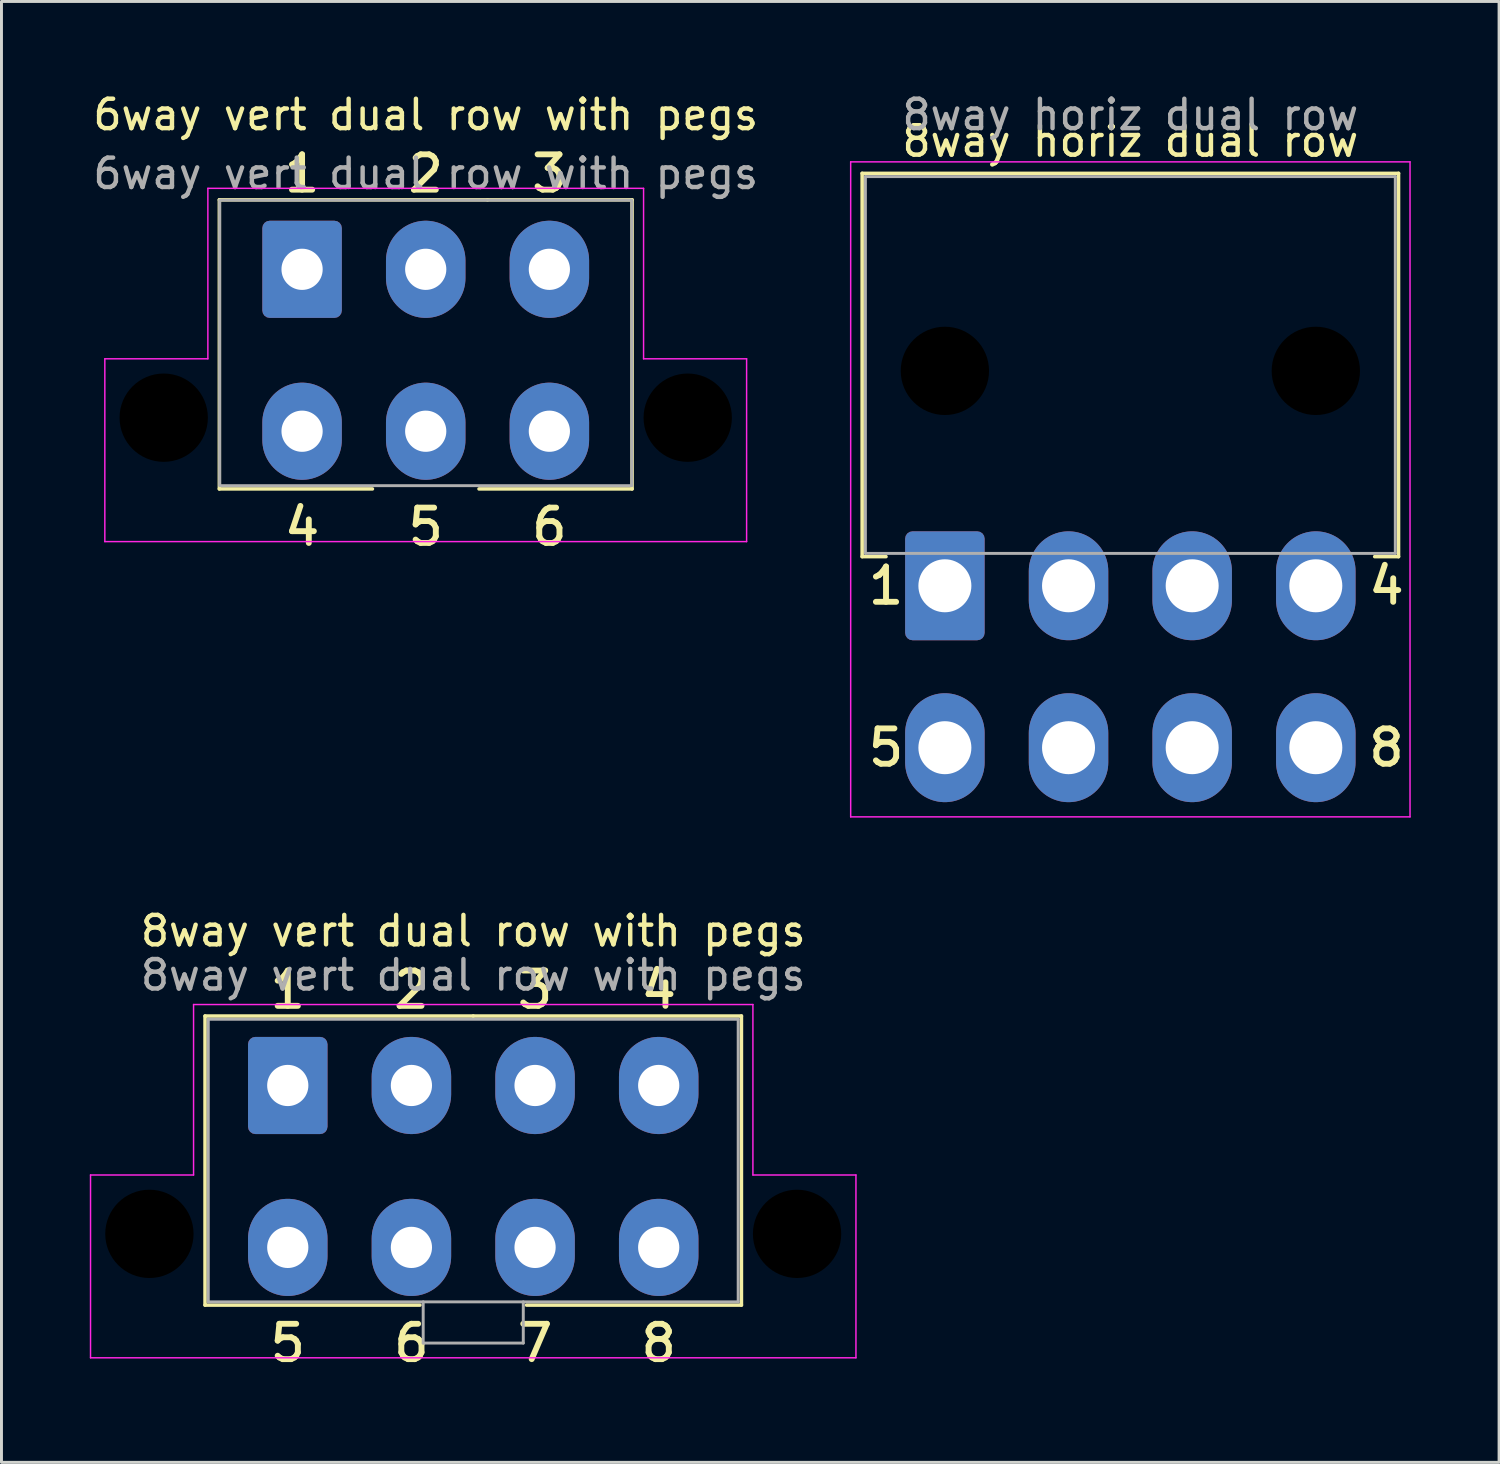
<source format=kicad_pcb>
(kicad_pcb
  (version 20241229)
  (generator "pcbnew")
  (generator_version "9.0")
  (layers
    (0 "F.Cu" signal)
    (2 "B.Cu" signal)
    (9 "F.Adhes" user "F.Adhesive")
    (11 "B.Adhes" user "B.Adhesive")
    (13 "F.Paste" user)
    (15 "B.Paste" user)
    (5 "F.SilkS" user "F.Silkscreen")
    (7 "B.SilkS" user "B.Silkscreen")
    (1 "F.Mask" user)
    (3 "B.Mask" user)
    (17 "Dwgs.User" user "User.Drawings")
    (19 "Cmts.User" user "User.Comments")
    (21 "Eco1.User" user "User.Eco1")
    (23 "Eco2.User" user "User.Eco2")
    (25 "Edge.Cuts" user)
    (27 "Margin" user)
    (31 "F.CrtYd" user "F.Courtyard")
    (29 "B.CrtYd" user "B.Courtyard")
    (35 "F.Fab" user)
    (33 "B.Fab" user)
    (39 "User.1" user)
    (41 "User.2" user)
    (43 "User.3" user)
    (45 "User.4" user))
  (footprint "6way vert dual row with pegs"
    (layer "F.Cu")
    (at 11.411 8.848)
    (property "Reference" "6way vert dual row with pegs" (at 0 -8 0) (layer "F.SilkS") (effects (font (size 1 1) (thickness 0.15))))
    (attr through_hole)
    (fp_line (start -7.01 -5.11) (end -7.01 4.71) (stroke (width 0.12) (type solid)) (layer "F.SilkS"))
    (fp_line (start -7.01 4.71) (end -1.81 4.71) (stroke (width 0.12) (type solid)) (layer "F.SilkS"))
    (fp_line (start 2.1 -5.11) (end -7.01 -5.11) (stroke (width 0.12) (type solid)) (layer "F.SilkS"))
    (fp_line (start 2.1 -5.11) (end 7.01 -5.11) (stroke (width 0.12) (type solid)) (layer "F.SilkS"))
    (fp_line (start 7.01 -5.11) (end 7.01 4.71) (stroke (width 0.12) (type solid)) (layer "F.SilkS"))
    (fp_line (start 7.01 4.71) (end 1.81 4.71) (stroke (width 0.12) (type solid)) (layer "F.SilkS"))
    (fp_line (start -10.9 0.29) (end -10.9 6.5) (stroke (width 0.05) (type solid)) (layer "F.CrtYd"))
    (fp_line (start -10.9 6.5) (end 10.9 6.5) (stroke (width 0.05) (type solid)) (layer "F.CrtYd"))
    (fp_line (start -7.4 -5.5) (end -7.4 0.29) (stroke (width 0.05) (type solid)) (layer "F.CrtYd"))
    (fp_line (start -7.4 0.29) (end -10.9 0.29) (stroke (width 0.05) (type solid)) (layer "F.CrtYd"))
    (fp_line (start 7.4 -5.5) (end -7.4 -5.5) (stroke (width 0.05) (type solid)) (layer "F.CrtYd"))
    (fp_line (start 7.4 0.29) (end 7.4 -5.5) (stroke (width 0.05) (type solid)) (layer "F.CrtYd"))
    (fp_line (start 10.9 0.29) (end 7.4 0.29) (stroke (width 0.05) (type solid)) (layer "F.CrtYd"))
    (fp_line (start 10.9 6.5) (end 10.9 0.29) (stroke (width 0.05) (type solid)) (layer "F.CrtYd"))
    (fp_rect (start -7 -5.1) (end 7 4.6) (stroke (width 0.1) (type solid)) (fill no) (layer "F.Fab"))
    (fp_text user "6" (at 4.2 6 0) (unlocked yes) (layer "F.SilkS") (effects (font (size 1.2 1.2) (thickness 0.2))))
    (fp_text user "2" (at 0 -6 0) (unlocked yes) (layer "F.SilkS") (effects (font (size 1.2 1.2) (thickness 0.2))))
    (fp_text user "1" (at -4.2 -6 0) (unlocked yes) (layer "F.SilkS") (effects (font (size 1.2 1.2) (thickness 0.2))))
    (fp_text user "5" (at 0 6 0) (unlocked yes) (layer "F.SilkS") (effects (font (size 1.2 1.2) (thickness 0.2))))
    (fp_text user "4" (at -4.2 6 0) (unlocked yes) (layer "F.SilkS") (effects (font (size 1.2 1.2) (thickness 0.2))))
    (fp_text user "3" (at 4.2 -6 0) (unlocked yes) (layer "F.SilkS") (effects (font (size 1.2 1.2) (thickness 0.2))))
    (fp_text user "${REFERENCE}" (at 0 -6 0) (layer "F.Fab") (effects (font (size 1 1) (thickness 0.15))))
    (pad "" np_thru_hole circle (at -8.9 2.29) (size 3 3) (drill 3) (layers "*.Mask"))
    (pad "" np_thru_hole circle (at 8.9 2.29) (size 3 3) (drill 3) (layers "*.Mask"))
    (pad "1" thru_hole roundrect (at -4.2 -2.75) (size 2.7 3.3) (drill 1.4) (layers "*.Cu" "*.Mask") (roundrect_rratio 0.093))
    (pad "2" thru_hole oval (at 0 -2.75) (size 2.7 3.3) (drill 1.4) (layers "*.Cu" "*.Mask"))
    (pad "3" thru_hole oval (at 4.2 -2.75) (size 2.7 3.3) (drill 1.4) (layers "*.Cu" "*.Mask"))
    (pad "4" thru_hole oval (at -4.2 2.75) (size 2.7 3.3) (drill 1.4) (layers "*.Cu" "*.Mask"))
    (pad "5" thru_hole oval (at 0 2.75) (size 2.7 3.3) (drill 1.4) (layers "*.Cu" "*.Mask"))
    (pad "6" thru_hole oval (at 4.2 2.75) (size 2.7 3.3) (drill 1.4) (layers "*.Cu" "*.Mask")))
  (footprint "8way horiz dual row"
    (layer "F.Cu")
    (at 35.346 2.948)
    (property "Reference" "8way horiz dual row" (at 0 -1.2 0) (layer "F.SilkS") (effects (font (size 1 1) (thickness 0.15))))
    (attr through_hole)
    (fp_line (start -9.11 -0.11) (end 9.11 -0.11) (stroke (width 0.12) (type solid)) (layer "F.SilkS"))
    (fp_line (start -9.11 12.91) (end -9.11 -0.11) (stroke (width 0.12) (type solid)) (layer "F.SilkS"))
    (fp_line (start -8.3 12.91) (end -9.11 12.91) (stroke (width 0.12) (type solid)) (layer "F.SilkS"))
    (fp_line (start 8.3 12.91) (end 9.11 12.91) (stroke (width 0.12) (type solid)) (layer "F.SilkS"))
    (fp_line (start 9.11 12.91) (end 9.11 -0.11) (stroke (width 0.12) (type solid)) (layer "F.SilkS"))
    (fp_line (start -9.5 -0.5) (end -9.5 21.75) (stroke (width 0.05) (type solid)) (layer "F.CrtYd"))
    (fp_line (start -9.5 21.75) (end 9.5 21.75) (stroke (width 0.05) (type solid)) (layer "F.CrtYd"))
    (fp_line (start 9.5 -0.5) (end -9.5 -0.5) (stroke (width 0.05) (type solid)) (layer "F.CrtYd"))
    (fp_line (start 9.5 21.75) (end 9.5 -0.5) (stroke (width 0.05) (type solid)) (layer "F.CrtYd"))
    (fp_line (start -9 0) (end -9 12.8) (stroke (width 0.1) (type solid)) (layer "F.Fab"))
    (fp_line (start -9 12.8) (end 9 12.8) (stroke (width 0.1) (type solid)) (layer "F.Fab"))
    (fp_line (start 9 0) (end -9 0) (stroke (width 0.1) (type solid)) (layer "F.Fab"))
    (fp_line (start 9 12.8) (end 9 0) (stroke (width 0.1) (type solid)) (layer "F.Fab"))
    (fp_text user "4" (at 8.7 13.9 0) (unlocked yes) (layer "F.SilkS") (effects (font (size 1.2 1.2) (thickness 0.2))))
    (fp_text user "5" (at -8.3 19.4 0) (unlocked yes) (layer "F.SilkS") (effects (font (size 1.2 1.2) (thickness 0.2))))
    (fp_text user "1" (at -8.3 13.9 0) (unlocked yes) (layer "F.SilkS") (effects (font (size 1.2 1.2) (thickness 0.2))))
    (fp_text user "8" (at 8.7 19.4 0) (unlocked yes) (layer "F.SilkS") (effects (font (size 1.2 1.2) (thickness 0.2))))
    (fp_text user "${REFERENCE}" (at 0 -2.1 0) (layer "F.Fab") (effects (font (size 1 1) (thickness 0.15))))
    (pad "" np_thru_hole circle (at -6.3 6.6) (size 3 3) (drill 3) (layers "*.Mask"))
    (pad "" np_thru_hole circle (at 6.3 6.6) (size 3 3) (drill 3) (layers "*.Mask"))
    (pad "1" thru_hole roundrect (at -6.3 13.9) (size 2.7 3.7) (drill 1.8) (layers "*.Cu" "*.Mask") (roundrect_rratio 0.093))
    (pad "2" thru_hole oval (at -2.1 13.9) (size 2.7 3.7) (drill 1.8) (layers "*.Cu" "*.Mask"))
    (pad "3" thru_hole oval (at 2.1 13.9) (size 2.7 3.7) (drill 1.8) (layers "*.Cu" "*.Mask"))
    (pad "4" thru_hole oval (at 6.3 13.9) (size 2.7 3.7) (drill 1.8) (layers "*.Cu" "*.Mask"))
    (pad "5" thru_hole oval (at -6.3 19.4) (size 2.7 3.7) (drill 1.8) (layers "*.Cu" "*.Mask"))
    (pad "6" thru_hole oval (at -2.1 19.4) (size 2.7 3.7) (drill 1.8) (layers "*.Cu" "*.Mask"))
    (pad "7" thru_hole oval (at 2.1 19.4) (size 2.7 3.7) (drill 1.8) (layers "*.Cu" "*.Mask"))
    (pad "8" thru_hole oval (at 6.3 19.4) (size 2.7 3.7) (drill 1.8) (layers "*.Cu" "*.Mask")))
  (footprint "8way vert dual row with pegs"
    (layer "F.Cu")
    (at 13.025 36.572)
    (property "Reference" "8way vert dual row with pegs" (at 0 -8 0) (layer "F.SilkS") (effects (font (size 1 1) (thickness 0.15))))
    (attr through_hole)
    (fp_line (start -9.11 -5.11) (end -9.11 4.71) (stroke (width 0.12) (type solid)) (layer "F.SilkS"))
    (fp_line (start -9.11 4.71) (end -1.81 4.71) (stroke (width 0.12) (type solid)) (layer "F.SilkS"))
    (fp_line (start 0 -5.11) (end -9.11 -5.11) (stroke (width 0.12) (type solid)) (layer "F.SilkS"))
    (fp_line (start 0 -5.11) (end 9.11 -5.11) (stroke (width 0.12) (type solid)) (layer "F.SilkS"))
    (fp_line (start 9.11 -5.11) (end 9.11 4.71) (stroke (width 0.12) (type solid)) (layer "F.SilkS"))
    (fp_line (start 9.11 4.71) (end 1.81 4.71) (stroke (width 0.12) (type solid)) (layer "F.SilkS"))
    (fp_line (start -13 0.29) (end -13 6.5) (stroke (width 0.05) (type solid)) (layer "F.CrtYd"))
    (fp_line (start -13 6.5) (end 13 6.5) (stroke (width 0.05) (type solid)) (layer "F.CrtYd"))
    (fp_line (start -9.5 -5.5) (end -9.5 0.29) (stroke (width 0.05) (type solid)) (layer "F.CrtYd"))
    (fp_line (start -9.5 0.29) (end -13 0.29) (stroke (width 0.05) (type solid)) (layer "F.CrtYd"))
    (fp_line (start 9.5 -5.5) (end -9.5 -5.5) (stroke (width 0.05) (type solid)) (layer "F.CrtYd"))
    (fp_line (start 9.5 0.29) (end 9.5 -5.5) (stroke (width 0.05) (type solid)) (layer "F.CrtYd"))
    (fp_line (start 13 0.29) (end 9.5 0.29) (stroke (width 0.05) (type solid)) (layer "F.CrtYd"))
    (fp_line (start 13 6.5) (end 13 0.29) (stroke (width 0.05) (type solid)) (layer "F.CrtYd"))
    (fp_line (start -9 -5) (end -9 4.6) (stroke (width 0.1) (type solid)) (layer "F.Fab"))
    (fp_line (start -9 4.6) (end 9 4.6) (stroke (width 0.1) (type solid)) (layer "F.Fab"))
    (fp_line (start -1.7 4.6) (end -1.7 6) (stroke (width 0.1) (type solid)) (layer "F.Fab"))
    (fp_line (start -1.7 6) (end 1.7 6) (stroke (width 0.1) (type solid)) (layer "F.Fab"))
    (fp_line (start 1.7 6) (end 1.7 4.6) (stroke (width 0.1) (type solid)) (layer "F.Fab"))
    (fp_line (start 9 -5) (end -9 -5) (stroke (width 0.1) (type solid)) (layer "F.Fab"))
    (fp_line (start 9 4.6) (end 9 -5) (stroke (width 0.1) (type solid)) (layer "F.Fab"))
    (fp_text user "1" (at -6.3 -6 0) (unlocked yes) (layer "F.SilkS") (effects (font (size 1.2 1.2) (thickness 0.2))))
    (fp_text user "7" (at 2.1 6 0) (unlocked yes) (layer "F.SilkS") (effects (font (size 1.2 1.2) (thickness 0.2))))
    (fp_text user "2" (at -2.1 -6 0) (unlocked yes) (layer "F.SilkS") (effects (font (size 1.2 1.2) (thickness 0.2))))
    (fp_text user "4" (at 6.3 -6 0) (unlocked yes) (layer "F.SilkS") (effects (font (size 1.2 1.2) (thickness 0.2))))
    (fp_text user "5" (at -6.3 6 0) (unlocked yes) (layer "F.SilkS") (effects (font (size 1.2 1.2) (thickness 0.2))))
    (fp_text user "6" (at -2.1 6 0) (unlocked yes) (layer "F.SilkS") (effects (font (size 1.2 1.2) (thickness 0.2))))
    (fp_text user "3" (at 2.1 -6 0) (unlocked yes) (layer "F.SilkS") (effects (font (size 1.2 1.2) (thickness 0.2))))
    (fp_text user "8" (at 6.3 6 0) (unlocked yes) (layer "F.SilkS") (effects (font (size 1.2 1.2) (thickness 0.2))))
    (fp_text user "${REFERENCE}" (at 0 -6.5 0) (layer "F.Fab") (effects (font (size 1 1) (thickness 0.15))))
    (pad "" np_thru_hole circle (at -11 2.29) (size 3 3) (drill 3) (layers "*.Mask"))
    (pad "" np_thru_hole circle (at 11 2.29) (size 3 3) (drill 3) (layers "*.Mask"))
    (pad "1" thru_hole roundrect (at -6.3 -2.75) (size 2.7 3.3) (drill 1.4) (layers "*.Cu" "*.Mask") (roundrect_rratio 0.093))
    (pad "2" thru_hole oval (at -2.1 -2.75) (size 2.7 3.3) (drill 1.4) (layers "*.Cu" "*.Mask"))
    (pad "3" thru_hole oval (at 2.1 -2.75) (size 2.7 3.3) (drill 1.4) (layers "*.Cu" "*.Mask"))
    (pad "4" thru_hole oval (at 6.3 -2.75) (size 2.7 3.3) (drill 1.4) (layers "*.Cu" "*.Mask"))
    (pad "5" thru_hole oval (at -6.3 2.75) (size 2.7 3.3) (drill 1.4) (layers "*.Cu" "*.Mask"))
    (pad "6" thru_hole oval (at -2.1 2.75) (size 2.7 3.3) (drill 1.4) (layers "*.Cu" "*.Mask"))
    (pad "7" thru_hole oval (at 2.1 2.75) (size 2.7 3.3) (drill 1.4) (layers "*.Cu" "*.Mask"))
    (pad "8" thru_hole oval (at 6.3 2.75) (size 2.7 3.3) (drill 1.4) (layers "*.Cu" "*.Mask")))
  (gr_rect
    (start -3 -3)
    (end 47.871 46.624)
    (stroke (width 0.1) (type default))
    (fill no)
    (layer "Edge.Cuts")))
</source>
